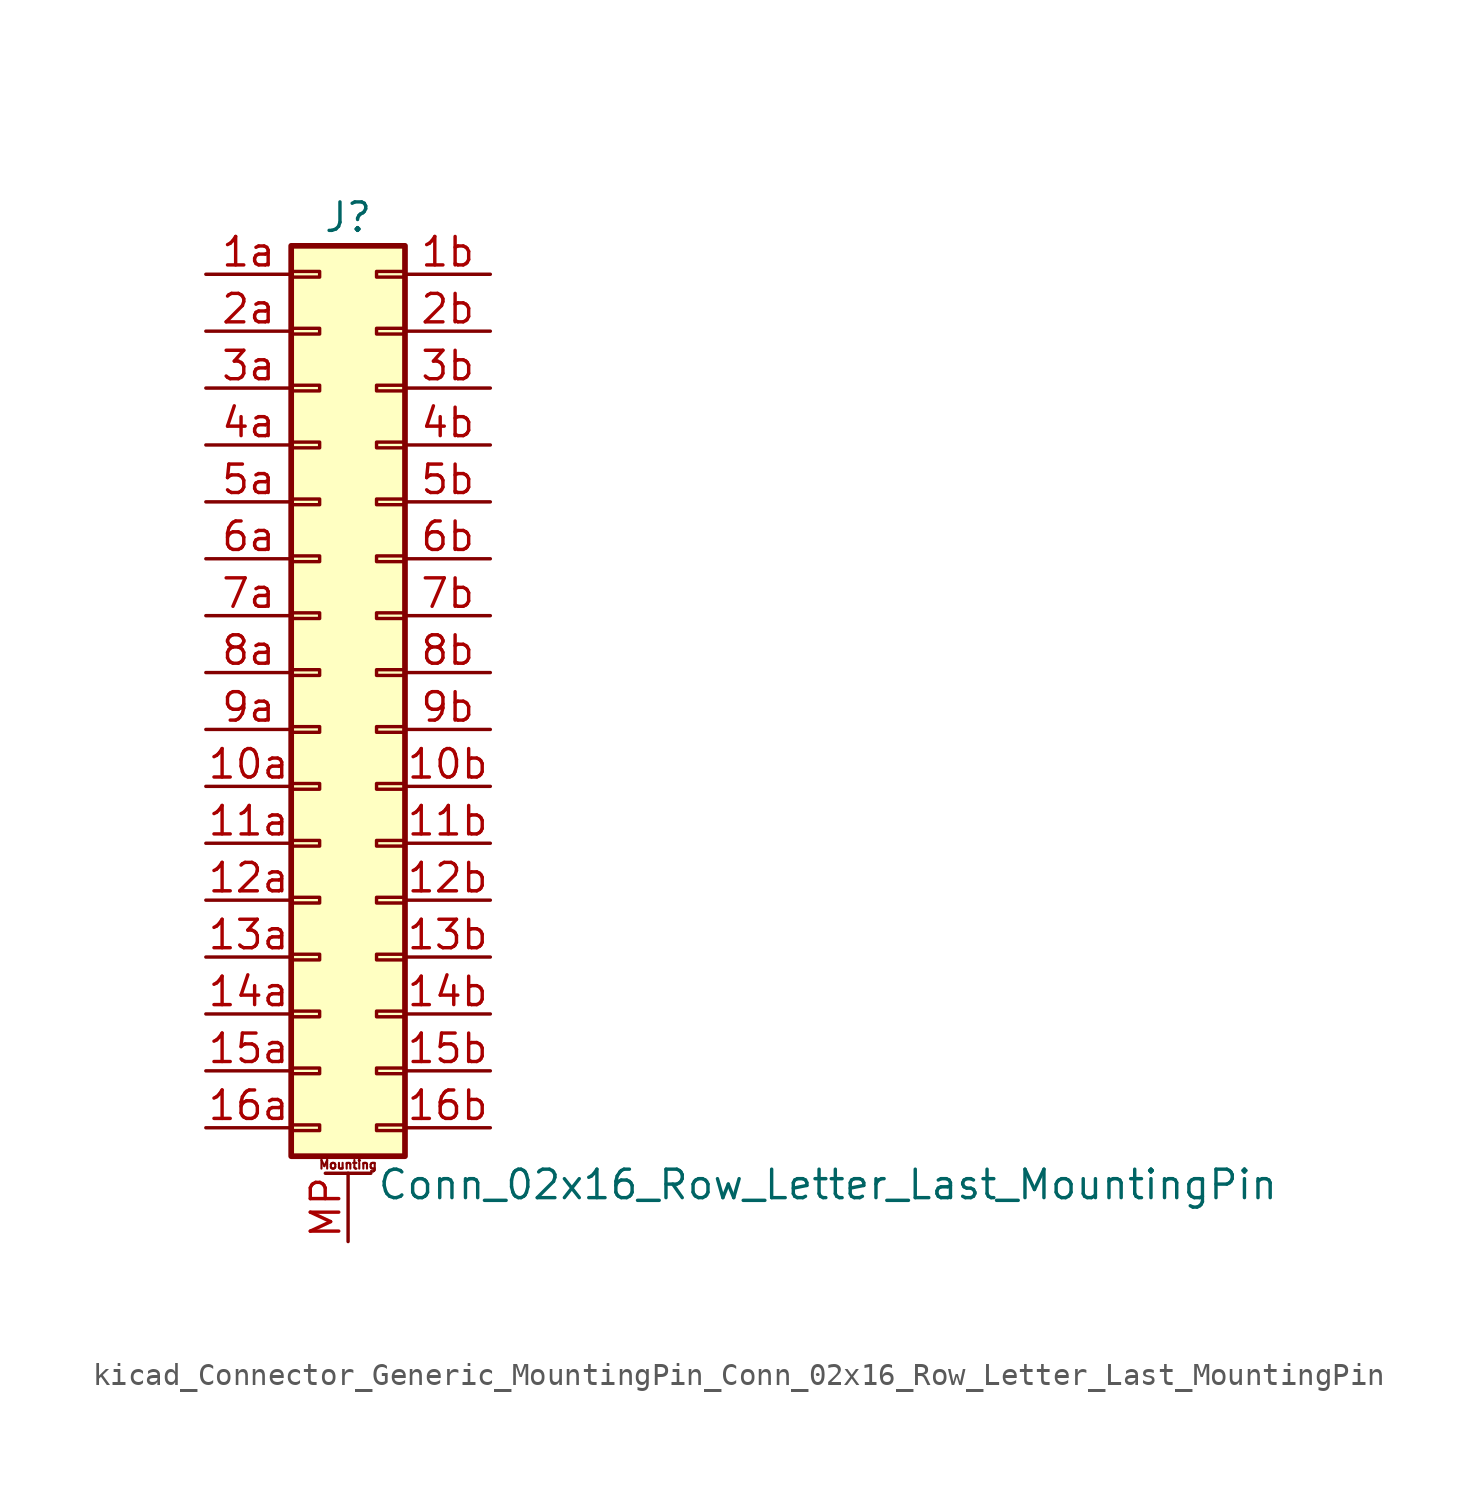
<source format=kicad_sym>
(kicad_symbol_lib
  (version 20220914)
  (generator kicad_symbol_editor)
  (symbol "kicad_Connector_Generic_MountingPin_Conn_02x16_Row_Letter_Last_MountingPin"
    (pin_names
      (offset 1.016) hide)
    (property "Reference" "J"
      (at 1.27 20.32 0)
      (effects (font (size 1.27 1.27))))
    (property "Value" "Conn_02x16_Row_Letter_Last_MountingPin"
      (at 2.54 -22.86 0)
      (effects (font (size 1.27 1.27)) (justify left)))
    (symbol "kicad_Connector_Generic_MountingPin_Conn_02x16_Row_Letter_Last_MountingPin_1_1"
      (rectangle (start -1.27 -20.193) (end 0 -20.447) (stroke (width 0.152) (type default)) (fill (type none)))
      (rectangle (start -1.27 -17.653) (end 0 -17.907) (stroke (width 0.152) (type default)) (fill (type none)))
      (rectangle (start -1.27 -15.113) (end 0 -15.367) (stroke (width 0.152) (type default)) (fill (type none)))
      (rectangle (start -1.27 -12.573) (end 0 -12.827) (stroke (width 0.152) (type default)) (fill (type none)))
      (rectangle (start -1.27 -10.033) (end 0 -10.287) (stroke (width 0.152) (type default)) (fill (type none)))
      (rectangle (start -1.27 -7.493) (end 0 -7.747) (stroke (width 0.152) (type default)) (fill (type none)))
      (rectangle (start -1.27 -4.953) (end 0 -5.207) (stroke (width 0.152) (type default)) (fill (type none)))
      (rectangle (start -1.27 -2.413) (end 0 -2.667) (stroke (width 0.152) (type default)) (fill (type none)))
      (rectangle (start -1.27 0.127) (end 0 -0.127) (stroke (width 0.152) (type default)) (fill (type none)))
      (rectangle (start -1.27 2.667) (end 0 2.413) (stroke (width 0.152) (type default)) (fill (type none)))
      (rectangle (start -1.27 5.207) (end 0 4.953) (stroke (width 0.152) (type default)) (fill (type none)))
      (rectangle (start -1.27 7.747) (end 0 7.493) (stroke (width 0.152) (type default)) (fill (type none)))
      (rectangle (start -1.27 10.287) (end 0 10.033) (stroke (width 0.152) (type default)) (fill (type none)))
      (rectangle (start -1.27 12.827) (end 0 12.573) (stroke (width 0.152) (type default)) (fill (type none)))
      (rectangle (start -1.27 15.367) (end 0 15.113) (stroke (width 0.152) (type default)) (fill (type none)))
      (rectangle (start -1.27 17.907) (end 0 17.653) (stroke (width 0.152) (type default)) (fill (type none)))
      (rectangle (start -1.27 19.05) (end 3.81 -21.59) (stroke (width 0.254) (type default)) (fill (type background)))
      (polyline (pts (xy 0.254 -22.352) (xy 2.286 -22.352)) (stroke (width 0.152) (type default)) (fill (type none)))
      (rectangle (start 3.81 -20.193) (end 2.54 -20.447) (stroke (width 0.152) (type default)) (fill (type none)))
      (rectangle (start 3.81 -17.653) (end 2.54 -17.907) (stroke (width 0.152) (type default)) (fill (type none)))
      (rectangle (start 3.81 -15.113) (end 2.54 -15.367) (stroke (width 0.152) (type default)) (fill (type none)))
      (rectangle (start 3.81 -12.573) (end 2.54 -12.827) (stroke (width 0.152) (type default)) (fill (type none)))
      (rectangle (start 3.81 -10.033) (end 2.54 -10.287) (stroke (width 0.152) (type default)) (fill (type none)))
      (rectangle (start 3.81 -7.493) (end 2.54 -7.747) (stroke (width 0.152) (type default)) (fill (type none)))
      (rectangle (start 3.81 -4.953) (end 2.54 -5.207) (stroke (width 0.152) (type default)) (fill (type none)))
      (rectangle (start 3.81 -2.413) (end 2.54 -2.667) (stroke (width 0.152) (type default)) (fill (type none)))
      (rectangle (start 3.81 0.127) (end 2.54 -0.127) (stroke (width 0.152) (type default)) (fill (type none)))
      (rectangle (start 3.81 2.667) (end 2.54 2.413) (stroke (width 0.152) (type default)) (fill (type none)))
      (rectangle (start 3.81 5.207) (end 2.54 4.953) (stroke (width 0.152) (type default)) (fill (type none)))
      (rectangle (start 3.81 7.747) (end 2.54 7.493) (stroke (width 0.152) (type default)) (fill (type none)))
      (rectangle (start 3.81 10.287) (end 2.54 10.033) (stroke (width 0.152) (type default)) (fill (type none)))
      (rectangle (start 3.81 12.827) (end 2.54 12.573) (stroke (width 0.152) (type default)) (fill (type none)))
      (rectangle (start 3.81 15.367) (end 2.54 15.113) (stroke (width 0.152) (type default)) (fill (type none)))
      (rectangle (start 3.81 17.907) (end 2.54 17.653) (stroke (width 0.152) (type default)) (fill (type none)))
      (text "Mounting" (at 1.27 -21.971 0) (effects (font (size 0.381 0.381))))
      (pin passive line (at -5.08 -5.08 0) (length 3.81) (name "Pin_10a" (effects (font (size 1.27 1.27)))) (number "10a" (effects (font (size 1.27 1.27)))))
      (pin passive line (at 7.62 -5.08 180) (length 3.81) (name "Pin_10b" (effects (font (size 1.27 1.27)))) (number "10b" (effects (font (size 1.27 1.27)))))
      (pin passive line (at -5.08 -7.62 0) (length 3.81) (name "Pin_11a" (effects (font (size 1.27 1.27)))) (number "11a" (effects (font (size 1.27 1.27)))))
      (pin passive line (at 7.62 -7.62 180) (length 3.81) (name "Pin_11b" (effects (font (size 1.27 1.27)))) (number "11b" (effects (font (size 1.27 1.27)))))
      (pin passive line (at -5.08 -10.16 0) (length 3.81) (name "Pin_12a" (effects (font (size 1.27 1.27)))) (number "12a" (effects (font (size 1.27 1.27)))))
      (pin passive line (at 7.62 -10.16 180) (length 3.81) (name "Pin_12b" (effects (font (size 1.27 1.27)))) (number "12b" (effects (font (size 1.27 1.27)))))
      (pin passive line (at -5.08 -12.7 0) (length 3.81) (name "Pin_13a" (effects (font (size 1.27 1.27)))) (number "13a" (effects (font (size 1.27 1.27)))))
      (pin passive line (at 7.62 -12.7 180) (length 3.81) (name "Pin_13b" (effects (font (size 1.27 1.27)))) (number "13b" (effects (font (size 1.27 1.27)))))
      (pin passive line (at -5.08 -15.24 0) (length 3.81) (name "Pin_14a" (effects (font (size 1.27 1.27)))) (number "14a" (effects (font (size 1.27 1.27)))))
      (pin passive line (at 7.62 -15.24 180) (length 3.81) (name "Pin_14b" (effects (font (size 1.27 1.27)))) (number "14b" (effects (font (size 1.27 1.27)))))
      (pin passive line (at -5.08 -17.78 0) (length 3.81) (name "Pin_15a" (effects (font (size 1.27 1.27)))) (number "15a" (effects (font (size 1.27 1.27)))))
      (pin passive line (at 7.62 -17.78 180) (length 3.81) (name "Pin_15b" (effects (font (size 1.27 1.27)))) (number "15b" (effects (font (size 1.27 1.27)))))
      (pin passive line (at -5.08 -20.32 0) (length 3.81) (name "Pin_16a" (effects (font (size 1.27 1.27)))) (number "16a" (effects (font (size 1.27 1.27)))))
      (pin passive line (at 7.62 -20.32 180) (length 3.81) (name "Pin_16b" (effects (font (size 1.27 1.27)))) (number "16b" (effects (font (size 1.27 1.27)))))
      (pin passive line (at -5.08 17.78 0) (length 3.81) (name "Pin_1a" (effects (font (size 1.27 1.27)))) (number "1a" (effects (font (size 1.27 1.27)))))
      (pin passive line (at 7.62 17.78 180) (length 3.81) (name "Pin_1b" (effects (font (size 1.27 1.27)))) (number "1b" (effects (font (size 1.27 1.27)))))
      (pin passive line (at -5.08 15.24 0) (length 3.81) (name "Pin_2a" (effects (font (size 1.27 1.27)))) (number "2a" (effects (font (size 1.27 1.27)))))
      (pin passive line (at 7.62 15.24 180) (length 3.81) (name "Pin_2b" (effects (font (size 1.27 1.27)))) (number "2b" (effects (font (size 1.27 1.27)))))
      (pin passive line (at -5.08 12.7 0) (length 3.81) (name "Pin_3a" (effects (font (size 1.27 1.27)))) (number "3a" (effects (font (size 1.27 1.27)))))
      (pin passive line (at 7.62 12.7 180) (length 3.81) (name "Pin_3b" (effects (font (size 1.27 1.27)))) (number "3b" (effects (font (size 1.27 1.27)))))
      (pin passive line (at -5.08 10.16 0) (length 3.81) (name "Pin_4a" (effects (font (size 1.27 1.27)))) (number "4a" (effects (font (size 1.27 1.27)))))
      (pin passive line (at 7.62 10.16 180) (length 3.81) (name "Pin_4b" (effects (font (size 1.27 1.27)))) (number "4b" (effects (font (size 1.27 1.27)))))
      (pin passive line (at -5.08 7.62 0) (length 3.81) (name "Pin_5a" (effects (font (size 1.27 1.27)))) (number "5a" (effects (font (size 1.27 1.27)))))
      (pin passive line (at 7.62 7.62 180) (length 3.81) (name "Pin_5b" (effects (font (size 1.27 1.27)))) (number "5b" (effects (font (size 1.27 1.27)))))
      (pin passive line (at -5.08 5.08 0) (length 3.81) (name "Pin_6a" (effects (font (size 1.27 1.27)))) (number "6a" (effects (font (size 1.27 1.27)))))
      (pin passive line (at 7.62 5.08 180) (length 3.81) (name "Pin_6b" (effects (font (size 1.27 1.27)))) (number "6b" (effects (font (size 1.27 1.27)))))
      (pin passive line (at -5.08 2.54 0) (length 3.81) (name "Pin_7a" (effects (font (size 1.27 1.27)))) (number "7a" (effects (font (size 1.27 1.27)))))
      (pin passive line (at 7.62 2.54 180) (length 3.81) (name "Pin_7b" (effects (font (size 1.27 1.27)))) (number "7b" (effects (font (size 1.27 1.27)))))
      (pin passive line (at -5.08 0 0) (length 3.81) (name "Pin_8a" (effects (font (size 1.27 1.27)))) (number "8a" (effects (font (size 1.27 1.27)))))
      (pin passive line (at 7.62 0 180) (length 3.81) (name "Pin_8b" (effects (font (size 1.27 1.27)))) (number "8b" (effects (font (size 1.27 1.27)))))
      (pin passive line (at -5.08 -2.54 0) (length 3.81) (name "Pin_9a" (effects (font (size 1.27 1.27)))) (number "9a" (effects (font (size 1.27 1.27)))))
      (pin passive line (at 7.62 -2.54 180) (length 3.81) (name "Pin_9b" (effects (font (size 1.27 1.27)))) (number "9b" (effects (font (size 1.27 1.27)))))
      (pin passive line (at 1.27 -25.4 90) (length 3.048) (name "MountPin" (effects (font (size 1.27 1.27)))) (number "MP" (effects (font (size 1.27 1.27))))))))
</source>
